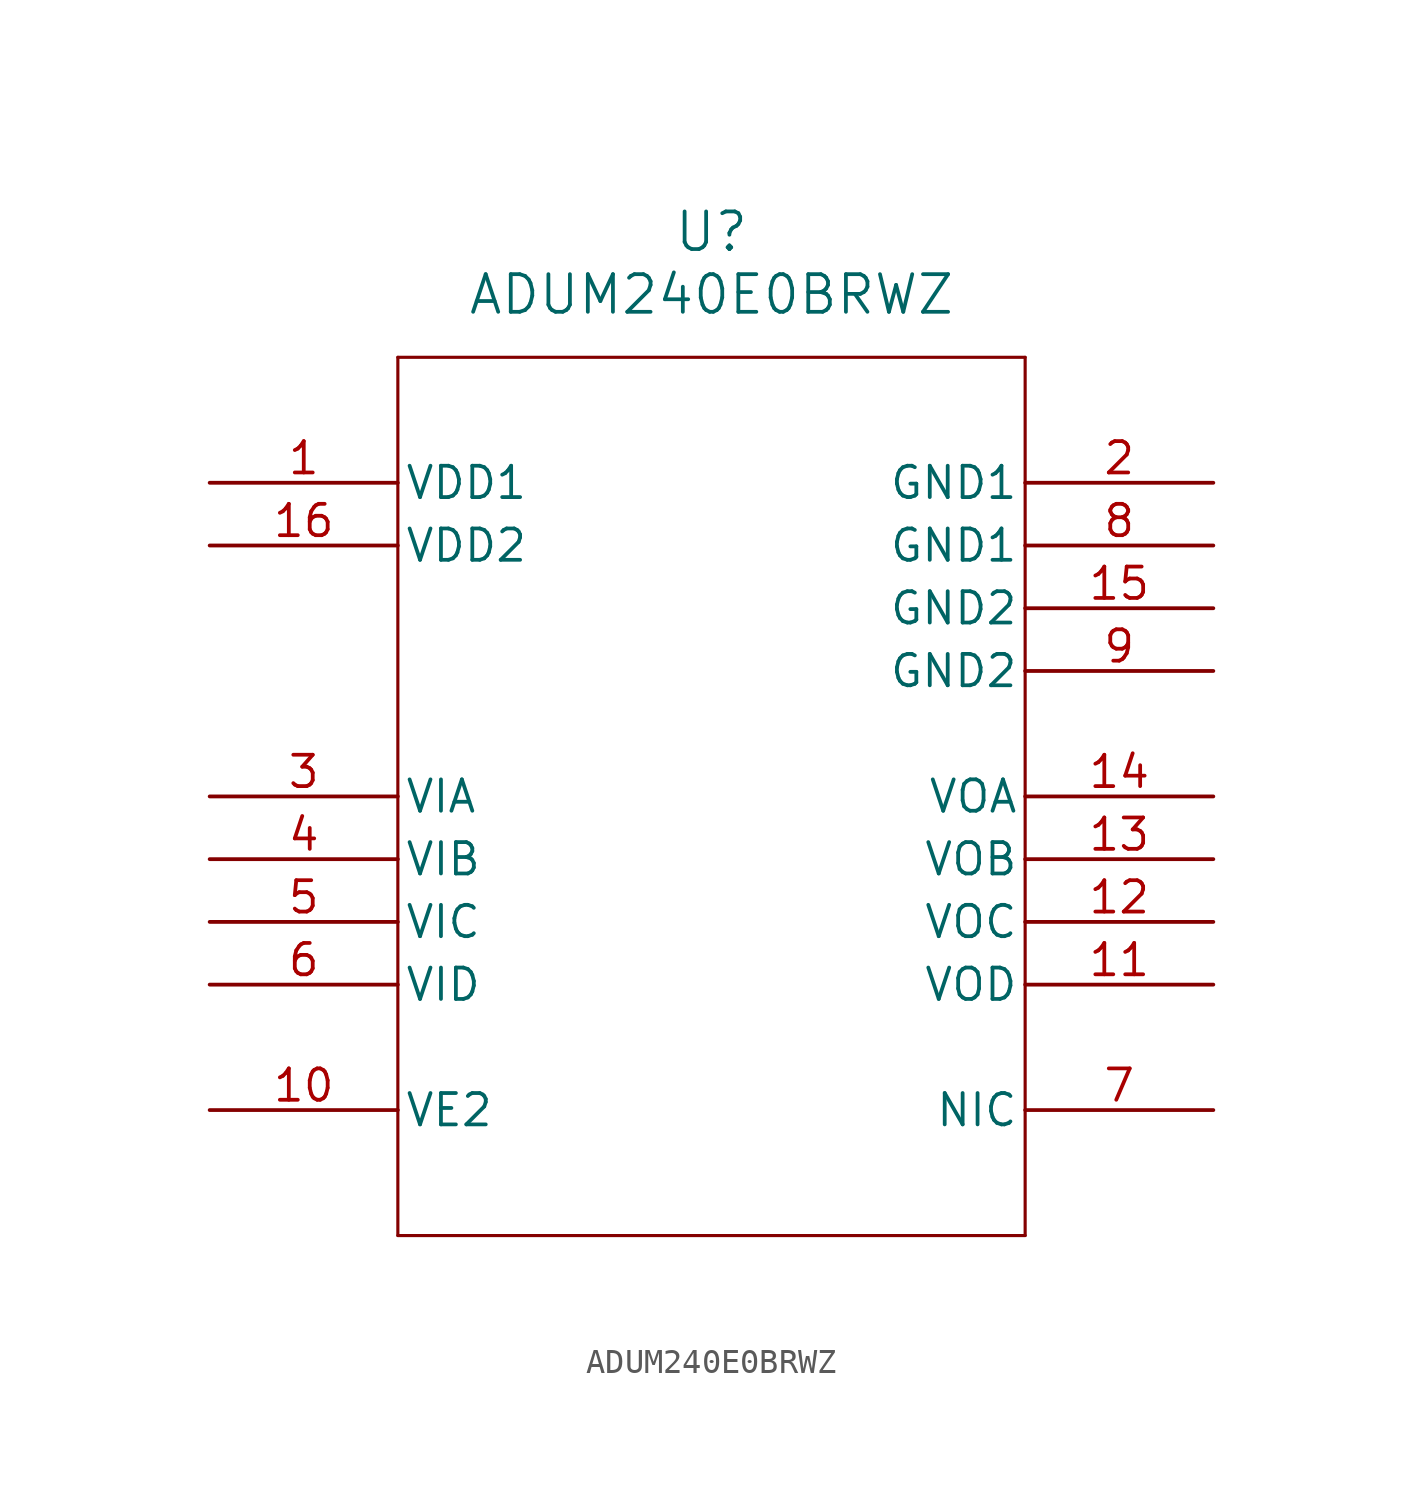
<source format=kicad_sym>
(kicad_symbol_lib
  (version 20211014)
  (generator kicad_symbol_editor)
  (symbol "ADUM240E0BRWZ"
    (pin_names
      (offset 0.254))
    (property "Reference" "U"
      (at 20.32 10.16 0)
      (effects (font (size 1.524 1.524))))
    (property "Value" "ADUM240E0BRWZ"
      (at 20.32 7.62 0)
      (effects (font (size 1.524 1.524))))
    (symbol "ADUM240E0BRWZ_0_1"
      (polyline (pts (xy 7.62 5.08) (xy 7.62 -30.48)) (stroke (width 0.127) (type default) (color 0 0 0 0)) (fill (type none)))
      (polyline (pts (xy 7.62 -30.48) (xy 33.02 -30.48)) (stroke (width 0.127) (type default) (color 0 0 0 0)) (fill (type none)))
      (polyline (pts (xy 33.02 -30.48) (xy 33.02 5.08)) (stroke (width 0.127) (type default) (color 0 0 0 0)) (fill (type none)))
      (polyline (pts (xy 33.02 5.08) (xy 7.62 5.08)) (stroke (width 0.127) (type default) (color 0 0 0 0)) (fill (type none)))
      (pin unspecified line (at 0 0 0) (length 7.62) (name "VDD1" (effects (font (size 1.27 1.27)))) (number "1" (effects (font (size 1.27 1.27)))))
      (pin unspecified line (at 40.64 0 180) (length 7.62) (name "GND1" (effects (font (size 1.27 1.27)))) (number "2" (effects (font (size 1.27 1.27)))))
      (pin unspecified line (at 0 -12.7 0) (length 7.62) (name "VIA" (effects (font (size 1.27 1.27)))) (number "3" (effects (font (size 1.27 1.27)))))
      (pin unspecified line (at 0 -15.24 0) (length 7.62) (name "VIB" (effects (font (size 1.27 1.27)))) (number "4" (effects (font (size 1.27 1.27)))))
      (pin unspecified line (at 0 -17.78 0) (length 7.62) (name "VIC" (effects (font (size 1.27 1.27)))) (number "5" (effects (font (size 1.27 1.27)))))
      (pin unspecified line (at 0 -20.32 0) (length 7.62) (name "VID" (effects (font (size 1.27 1.27)))) (number "6" (effects (font (size 1.27 1.27)))))
      (pin unspecified line (at 40.64 -25.4 180) (length 7.62) (name "NIC" (effects (font (size 1.27 1.27)))) (number "7" (effects (font (size 1.27 1.27)))))
      (pin unspecified line (at 40.64 -2.54 180) (length 7.62) (name "GND1" (effects (font (size 1.27 1.27)))) (number "8" (effects (font (size 1.27 1.27)))))
      (pin unspecified line (at 40.64 -7.62 180) (length 7.62) (name "GND2" (effects (font (size 1.27 1.27)))) (number "9" (effects (font (size 1.27 1.27)))))
      (pin unspecified line (at 0 -25.4 0) (length 7.62) (name "VE2" (effects (font (size 1.27 1.27)))) (number "10" (effects (font (size 1.27 1.27)))))
      (pin unspecified line (at 40.64 -20.32 180) (length 7.62) (name "VOD" (effects (font (size 1.27 1.27)))) (number "11" (effects (font (size 1.27 1.27)))))
      (pin unspecified line (at 40.64 -17.78 180) (length 7.62) (name "VOC" (effects (font (size 1.27 1.27)))) (number "12" (effects (font (size 1.27 1.27)))))
      (pin unspecified line (at 40.64 -15.24 180) (length 7.62) (name "VOB" (effects (font (size 1.27 1.27)))) (number "13" (effects (font (size 1.27 1.27)))))
      (pin unspecified line (at 40.64 -12.7 180) (length 7.62) (name "VOA" (effects (font (size 1.27 1.27)))) (number "14" (effects (font (size 1.27 1.27)))))
      (pin unspecified line (at 40.64 -5.08 180) (length 7.62) (name "GND2" (effects (font (size 1.27 1.27)))) (number "15" (effects (font (size 1.27 1.27)))))
      (pin unspecified line (at 0 -2.54 0) (length 7.62) (name "VDD2" (effects (font (size 1.27 1.27)))) (number "16" (effects (font (size 1.27 1.27))))))))
</source>
